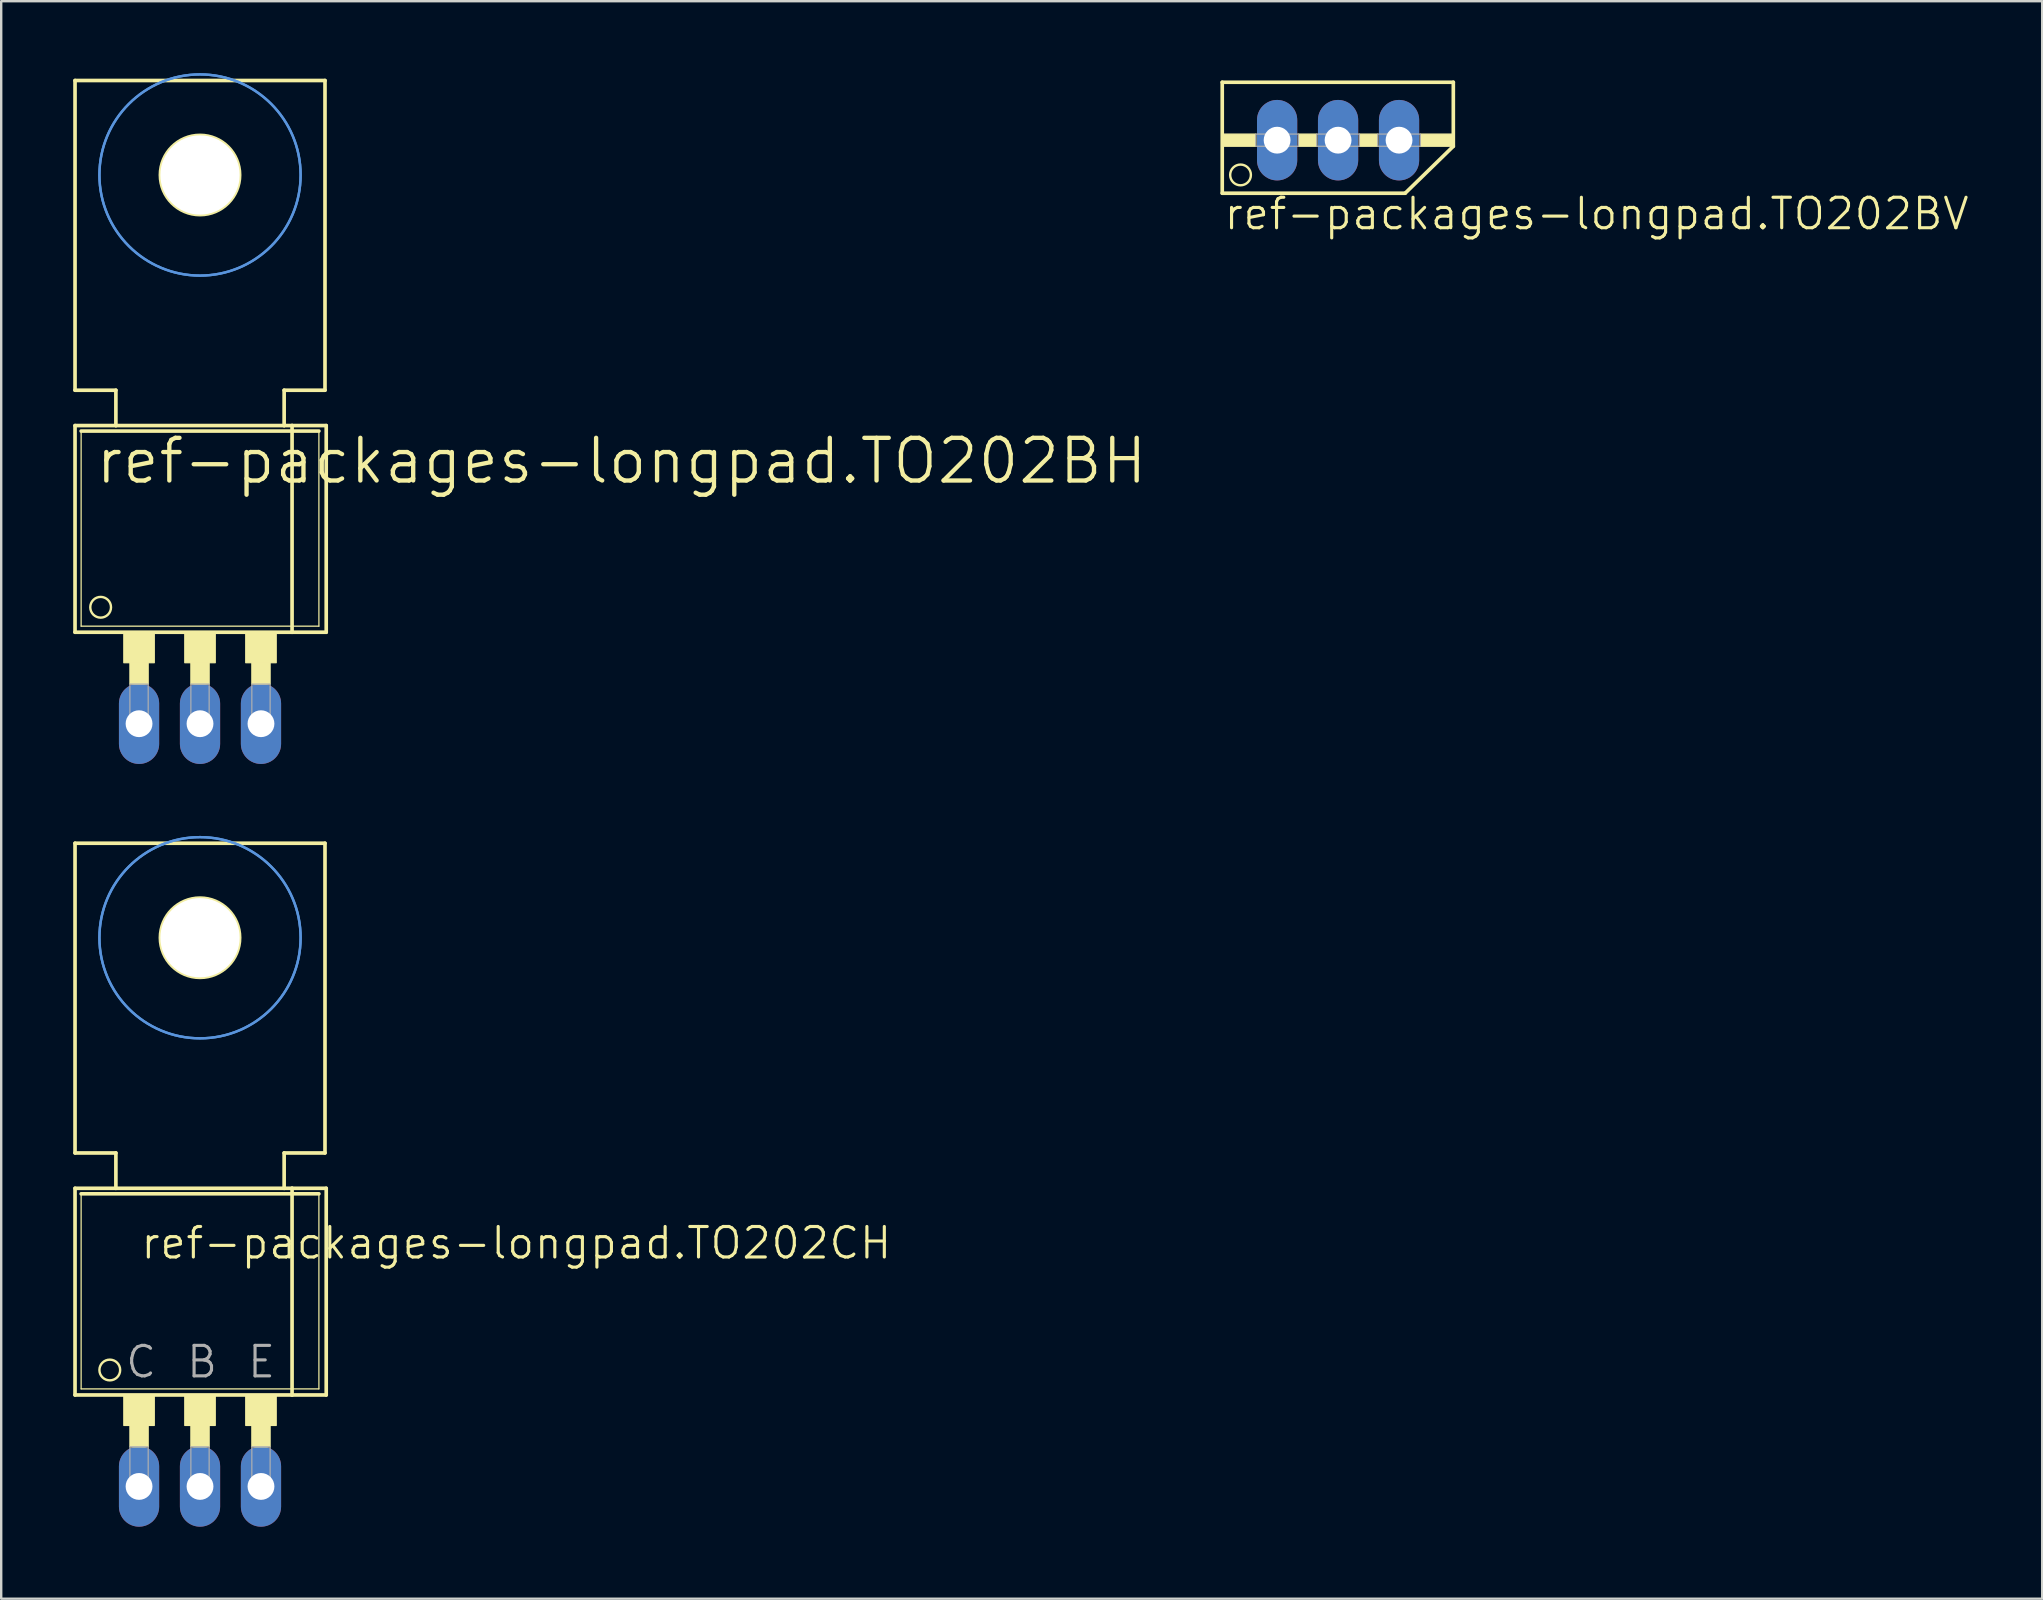
<source format=kicad_pcb>
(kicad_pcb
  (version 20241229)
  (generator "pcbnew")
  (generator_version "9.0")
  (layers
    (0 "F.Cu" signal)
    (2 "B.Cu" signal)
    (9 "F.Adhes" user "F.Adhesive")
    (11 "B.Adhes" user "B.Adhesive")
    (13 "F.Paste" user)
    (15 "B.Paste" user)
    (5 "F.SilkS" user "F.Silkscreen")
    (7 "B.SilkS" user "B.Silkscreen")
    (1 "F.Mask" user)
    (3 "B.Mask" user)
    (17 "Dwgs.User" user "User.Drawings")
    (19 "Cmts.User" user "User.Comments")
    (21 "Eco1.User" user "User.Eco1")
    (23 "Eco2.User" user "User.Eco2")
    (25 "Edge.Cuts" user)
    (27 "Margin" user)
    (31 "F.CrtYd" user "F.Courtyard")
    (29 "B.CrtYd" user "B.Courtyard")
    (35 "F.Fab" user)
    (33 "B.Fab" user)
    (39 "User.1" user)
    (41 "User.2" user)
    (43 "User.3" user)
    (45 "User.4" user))
  (footprint "ref-packages-longpad.TO202BV"
    (layer "F.Cu")
    (at 52.697 0.25)
    (property "Reference" "ref-packages-longpad.TO202BV" (at -4.826 6.35 0) (layer "F.SilkS") (effects (font (size 1.27 1.27) (thickness 0.13)) (justify left bottom)))
    (attr through_hole)
    (fp_line (start -4.826 0.127) (end 4.801 0.127) (stroke (width 0.152) (type default)) (layer "F.SilkS"))
    (fp_line (start -4.826 4.75) (end -4.826 0.127) (stroke (width 0.152) (type default)) (layer "F.SilkS"))
    (fp_line (start -4.826 4.75) (end 2.794 4.75) (stroke (width 0.152) (type default)) (layer "F.SilkS"))
    (fp_line (start 2.794 4.75) (end 4.801 2.794) (stroke (width 0.152) (type default)) (layer "F.SilkS"))
    (fp_line (start 4.801 0.127) (end 4.801 2.794) (stroke (width 0.152) (type default)) (layer "F.SilkS"))
    (fp_rect (start -4.826 2.794) (end -3.429 2.286) (stroke (width 0.05) (type default)) (fill yes) (layer "F.SilkS"))
    (fp_rect (start -1.651 2.794) (end -0.889 2.286) (stroke (width 0.05) (type default)) (fill yes) (layer "F.SilkS"))
    (fp_rect (start 0.889 2.794) (end 1.651 2.286) (stroke (width 0.05) (type default)) (fill yes) (layer "F.SilkS"))
    (fp_rect (start 3.429 2.794) (end 4.826 2.286) (stroke (width 0.05) (type default)) (fill yes) (layer "F.SilkS"))
    (fp_circle (center -4.064 3.988) (end -3.632 3.988) (stroke (width 0.1) (type default)) (fill no) (layer "F.SilkS"))
    (fp_rect (start -3.429 2.794) (end -1.651 2.286) (stroke (width 0.05) (type default)) (fill no) (layer "F.Fab"))
    (fp_rect (start -0.889 2.794) (end 0.889 2.286) (stroke (width 0.05) (type default)) (fill no) (layer "F.Fab"))
    (fp_rect (start 1.651 2.794) (end 3.429 2.286) (stroke (width 0.05) (type default)) (fill no) (layer "F.Fab"))
    (pad "1" thru_hole oval (at -2.54 2.54 90) (size 3.353 1.676) (drill 1.118) (layers "*.Cu" "*.Mask"))
    (pad "2" thru_hole oval (at 0 2.54 90) (size 3.353 1.676) (drill 1.118) (layers "*.Cu" "*.Mask"))
    (pad "3" thru_hole oval (at 2.54 2.54 90) (size 3.353 1.676) (drill 1.118) (layers "*.Cu" "*.Mask")))
  (footprint "ref-packages-longpad.TO202BH"
    (layer "F.Cu")
    (at 5.283 22.021)
    (property "Reference" "ref-packages-longpad.TO202BH" (at -4.445 -4.826 0) (layer "F.SilkS") (effects (font (size 1.778 1.778) (thickness 0.18)) (justify left bottom)))
    (attr through_hole)
    (fp_line (start -5.207 -21.717) (end -5.207 -8.814) (stroke (width 0.152) (type default)) (layer "F.SilkS"))
    (fp_line (start -5.207 -7.341) (end -3.505 -7.341) (stroke (width 0.152) (type default)) (layer "F.SilkS"))
    (fp_line (start -5.207 1.27) (end -5.207 -7.341) (stroke (width 0.152) (type default)) (layer "F.SilkS"))
    (fp_line (start -5.207 1.27) (end 3.835 1.27) (stroke (width 0.152) (type default)) (layer "F.SilkS"))
    (fp_line (start -4.953 1.016) (end -4.953 -7.112) (stroke (width 0.051) (type default)) (layer "F.SilkS"))
    (fp_line (start -4.953 1.016) (end 4.953 1.016) (stroke (width 0.051) (type default)) (layer "F.SilkS"))
    (fp_line (start -3.505 -8.814) (end -5.207 -8.814) (stroke (width 0.152) (type default)) (layer "F.SilkS"))
    (fp_line (start -3.505 -7.341) (end -3.505 -8.814) (stroke (width 0.152) (type default)) (layer "F.SilkS"))
    (fp_line (start -3.505 -7.341) (end 3.505 -7.341) (stroke (width 0.152) (type default)) (layer "F.SilkS"))
    (fp_line (start 3.505 -8.814) (end 3.505 -7.341) (stroke (width 0.152) (type default)) (layer "F.SilkS"))
    (fp_line (start 3.505 -7.341) (end 3.835 -7.341) (stroke (width 0.152) (type default)) (layer "F.SilkS"))
    (fp_line (start 3.835 -7.341) (end 5.258 -7.341) (stroke (width 0.152) (type default)) (layer "F.SilkS"))
    (fp_line (start 3.835 1.27) (end 3.835 -7.341) (stroke (width 0.152) (type default)) (layer "F.SilkS"))
    (fp_line (start 3.835 1.27) (end 5.258 1.27) (stroke (width 0.152) (type default)) (layer "F.SilkS"))
    (fp_line (start 4.953 -7.112) (end -4.953 -7.112) (stroke (width 0.152) (type default)) (layer "F.SilkS"))
    (fp_line (start 4.953 -7.112) (end 4.953 1.016) (stroke (width 0.051) (type default)) (layer "F.SilkS"))
    (fp_line (start 5.207 -21.717) (end -5.207 -21.717) (stroke (width 0.152) (type default)) (layer "F.SilkS"))
    (fp_line (start 5.207 -21.717) (end 5.207 -8.814) (stroke (width 0.152) (type default)) (layer "F.SilkS"))
    (fp_line (start 5.207 -8.814) (end 3.505 -8.814) (stroke (width 0.152) (type default)) (layer "F.SilkS"))
    (fp_line (start 5.258 1.27) (end 5.258 -7.341) (stroke (width 0.152) (type default)) (layer "F.SilkS"))
    (fp_rect (start -3.175 2.54) (end -1.905 1.27) (stroke (width 0.05) (type default)) (fill yes) (layer "F.SilkS"))
    (fp_rect (start -2.921 3.429) (end -2.159 2.54) (stroke (width 0.05) (type default)) (fill yes) (layer "F.SilkS"))
    (fp_rect (start -0.635 2.54) (end 0.635 1.27) (stroke (width 0.05) (type default)) (fill yes) (layer "F.SilkS"))
    (fp_rect (start -0.381 3.429) (end 0.381 2.54) (stroke (width 0.05) (type default)) (fill yes) (layer "F.SilkS"))
    (fp_rect (start 1.905 2.54) (end 3.175 1.27) (stroke (width 0.05) (type default)) (fill yes) (layer "F.SilkS"))
    (fp_rect (start 2.159 3.429) (end 2.921 2.54) (stroke (width 0.05) (type default)) (fill yes) (layer "F.SilkS"))
    (fp_circle (center -4.14 0.229) (end -3.708 0.229) (stroke (width 0.1) (type default)) (fill no) (layer "F.SilkS"))
    (fp_circle (center 0 -17.78) (end 1.651 -17.78) (stroke (width 0.152) (type default)) (fill no) (layer "F.SilkS"))
    (fp_circle (center 0 -17.78) (end 4.191 -17.78) (stroke (width 0.1) (type default)) (fill no) (layer "Cmts.User"))
    (fp_circle (center 0 -17.78) (end 4.191 -17.78) (stroke (width 0.1) (type default)) (fill no) (layer "Cmts.User"))
    (fp_rect (start -2.921 5.207) (end -2.159 3.429) (stroke (width 0.05) (type default)) (fill no) (layer "F.Fab"))
    (fp_rect (start -0.381 5.207) (end 0.381 3.429) (stroke (width 0.05) (type default)) (fill no) (layer "F.Fab"))
    (fp_rect (start 2.159 5.207) (end 2.921 3.429) (stroke (width 0.05) (type default)) (fill no) (layer "F.Fab"))
    (pad "" np_thru_hole circle (at 0 -17.78) (size 3.302 3.302) (drill 3.302) (layers "*.Cu" "*.Mask"))
    (pad "1" thru_hole oval (at -2.54 5.08 90) (size 3.353 1.676) (drill 1.118) (layers "*.Cu" "*.Mask"))
    (pad "2" thru_hole oval (at 0 5.08 90) (size 3.353 1.676) (drill 1.118) (layers "*.Cu" "*.Mask"))
    (pad "3" thru_hole oval (at 2.54 5.08 90) (size 3.353 1.676) (drill 1.118) (layers "*.Cu" "*.Mask")))
  (footprint "ref-packages-longpad.TO202CH"
    (layer "F.Cu")
    (at 5.283 53.798)
    (property "Reference" "ref-packages-longpad.TO202CH" (at -2.54 -4.318 0) (layer "F.SilkS") (effects (font (size 1.27 1.27) (thickness 0.13)) (justify left bottom)))
    (attr through_hole)
    (fp_line (start -5.207 -21.717) (end -5.207 -8.814) (stroke (width 0.152) (type default)) (layer "F.SilkS"))
    (fp_line (start -5.207 -7.341) (end -3.505 -7.341) (stroke (width 0.152) (type default)) (layer "F.SilkS"))
    (fp_line (start -5.207 1.27) (end -5.207 -7.341) (stroke (width 0.152) (type default)) (layer "F.SilkS"))
    (fp_line (start -5.207 1.27) (end 3.835 1.27) (stroke (width 0.152) (type default)) (layer "F.SilkS"))
    (fp_line (start -4.953 1.016) (end -4.953 -7.112) (stroke (width 0.051) (type default)) (layer "F.SilkS"))
    (fp_line (start -4.953 1.016) (end 4.953 1.016) (stroke (width 0.051) (type default)) (layer "F.SilkS"))
    (fp_line (start -3.505 -8.814) (end -5.207 -8.814) (stroke (width 0.152) (type default)) (layer "F.SilkS"))
    (fp_line (start -3.505 -7.341) (end -3.505 -8.814) (stroke (width 0.152) (type default)) (layer "F.SilkS"))
    (fp_line (start -3.505 -7.341) (end 3.505 -7.341) (stroke (width 0.152) (type default)) (layer "F.SilkS"))
    (fp_line (start 3.505 -8.814) (end 3.505 -7.341) (stroke (width 0.152) (type default)) (layer "F.SilkS"))
    (fp_line (start 3.505 -7.341) (end 3.835 -7.341) (stroke (width 0.152) (type default)) (layer "F.SilkS"))
    (fp_line (start 3.835 -7.341) (end 5.258 -7.341) (stroke (width 0.152) (type default)) (layer "F.SilkS"))
    (fp_line (start 3.835 1.27) (end 3.835 -7.341) (stroke (width 0.152) (type default)) (layer "F.SilkS"))
    (fp_line (start 3.835 1.27) (end 5.258 1.27) (stroke (width 0.152) (type default)) (layer "F.SilkS"))
    (fp_line (start 4.953 -7.112) (end -4.953 -7.112) (stroke (width 0.152) (type default)) (layer "F.SilkS"))
    (fp_line (start 4.953 -7.112) (end 4.953 1.016) (stroke (width 0.051) (type default)) (layer "F.SilkS"))
    (fp_line (start 5.207 -21.717) (end -5.207 -21.717) (stroke (width 0.152) (type default)) (layer "F.SilkS"))
    (fp_line (start 5.207 -21.717) (end 5.207 -8.814) (stroke (width 0.152) (type default)) (layer "F.SilkS"))
    (fp_line (start 5.207 -8.814) (end 3.505 -8.814) (stroke (width 0.152) (type default)) (layer "F.SilkS"))
    (fp_line (start 5.258 1.27) (end 5.258 -7.341) (stroke (width 0.152) (type default)) (layer "F.SilkS"))
    (fp_rect (start -3.175 2.54) (end -1.905 1.27) (stroke (width 0.05) (type default)) (fill yes) (layer "F.SilkS"))
    (fp_rect (start -2.921 3.429) (end -2.159 2.54) (stroke (width 0.05) (type default)) (fill yes) (layer "F.SilkS"))
    (fp_rect (start -0.635 2.54) (end 0.635 1.27) (stroke (width 0.05) (type default)) (fill yes) (layer "F.SilkS"))
    (fp_rect (start -0.381 3.429) (end 0.381 2.54) (stroke (width 0.05) (type default)) (fill yes) (layer "F.SilkS"))
    (fp_rect (start 1.905 2.54) (end 3.175 1.27) (stroke (width 0.05) (type default)) (fill yes) (layer "F.SilkS"))
    (fp_rect (start 2.159 3.429) (end 2.921 2.54) (stroke (width 0.05) (type default)) (fill yes) (layer "F.SilkS"))
    (fp_circle (center -3.759 0.229) (end -3.327 0.229) (stroke (width 0.1) (type default)) (fill no) (layer "F.SilkS"))
    (fp_circle (center 0 -17.78) (end 1.651 -17.78) (stroke (width 0.152) (type default)) (fill no) (layer "F.SilkS"))
    (fp_circle (center 0 -17.78) (end 4.191 -17.78) (stroke (width 0.1) (type default)) (fill no) (layer "Cmts.User"))
    (fp_circle (center 0 -17.78) (end 4.191 -17.78) (stroke (width 0.1) (type default)) (fill no) (layer "Cmts.User"))
    (fp_rect (start -2.921 5.08) (end -2.159 3.429) (stroke (width 0.05) (type default)) (fill no) (layer "F.Fab"))
    (fp_rect (start -0.381 5.08) (end 0.381 3.429) (stroke (width 0.05) (type default)) (fill no) (layer "F.Fab"))
    (fp_rect (start 2.159 5.08) (end 2.921 3.429) (stroke (width 0.05) (type default)) (fill no) (layer "F.Fab"))
    (fp_text user "E" (at 1.905 0.635 0) (layer "F.Fab") (effects (font (size 1.27 1.27) (thickness 0.13)) (justify left bottom)))
    (fp_text user "B" (at -0.635 0.635 0) (layer "F.Fab") (effects (font (size 1.27 1.27) (thickness 0.13)) (justify left bottom)))
    (fp_text user "C" (at -3.175 0.635 0) (layer "F.Fab") (effects (font (size 1.27 1.27) (thickness 0.13)) (justify left bottom)))
    (pad "" np_thru_hole circle (at 0 -17.78) (size 3.302 3.302) (drill 3.302) (layers "*.Cu" "*.Mask"))
    (pad "B" thru_hole oval (at 0 5.08 90) (size 3.353 1.676) (drill 1.118) (layers "*.Cu" "*.Mask"))
    (pad "C" thru_hole oval (at -2.54 5.08 90) (size 3.353 1.676) (drill 1.118) (layers "*.Cu" "*.Mask"))
    (pad "E" thru_hole oval (at 2.54 5.08 90) (size 3.353 1.676) (drill 1.118) (layers "*.Cu" "*.Mask")))
  (gr_rect
    (start -3 -3)
    (end 82.032 63.555)
    (stroke (width 0.1) (type default))
    (fill no)
    (layer "Edge.Cuts")))
</source>
